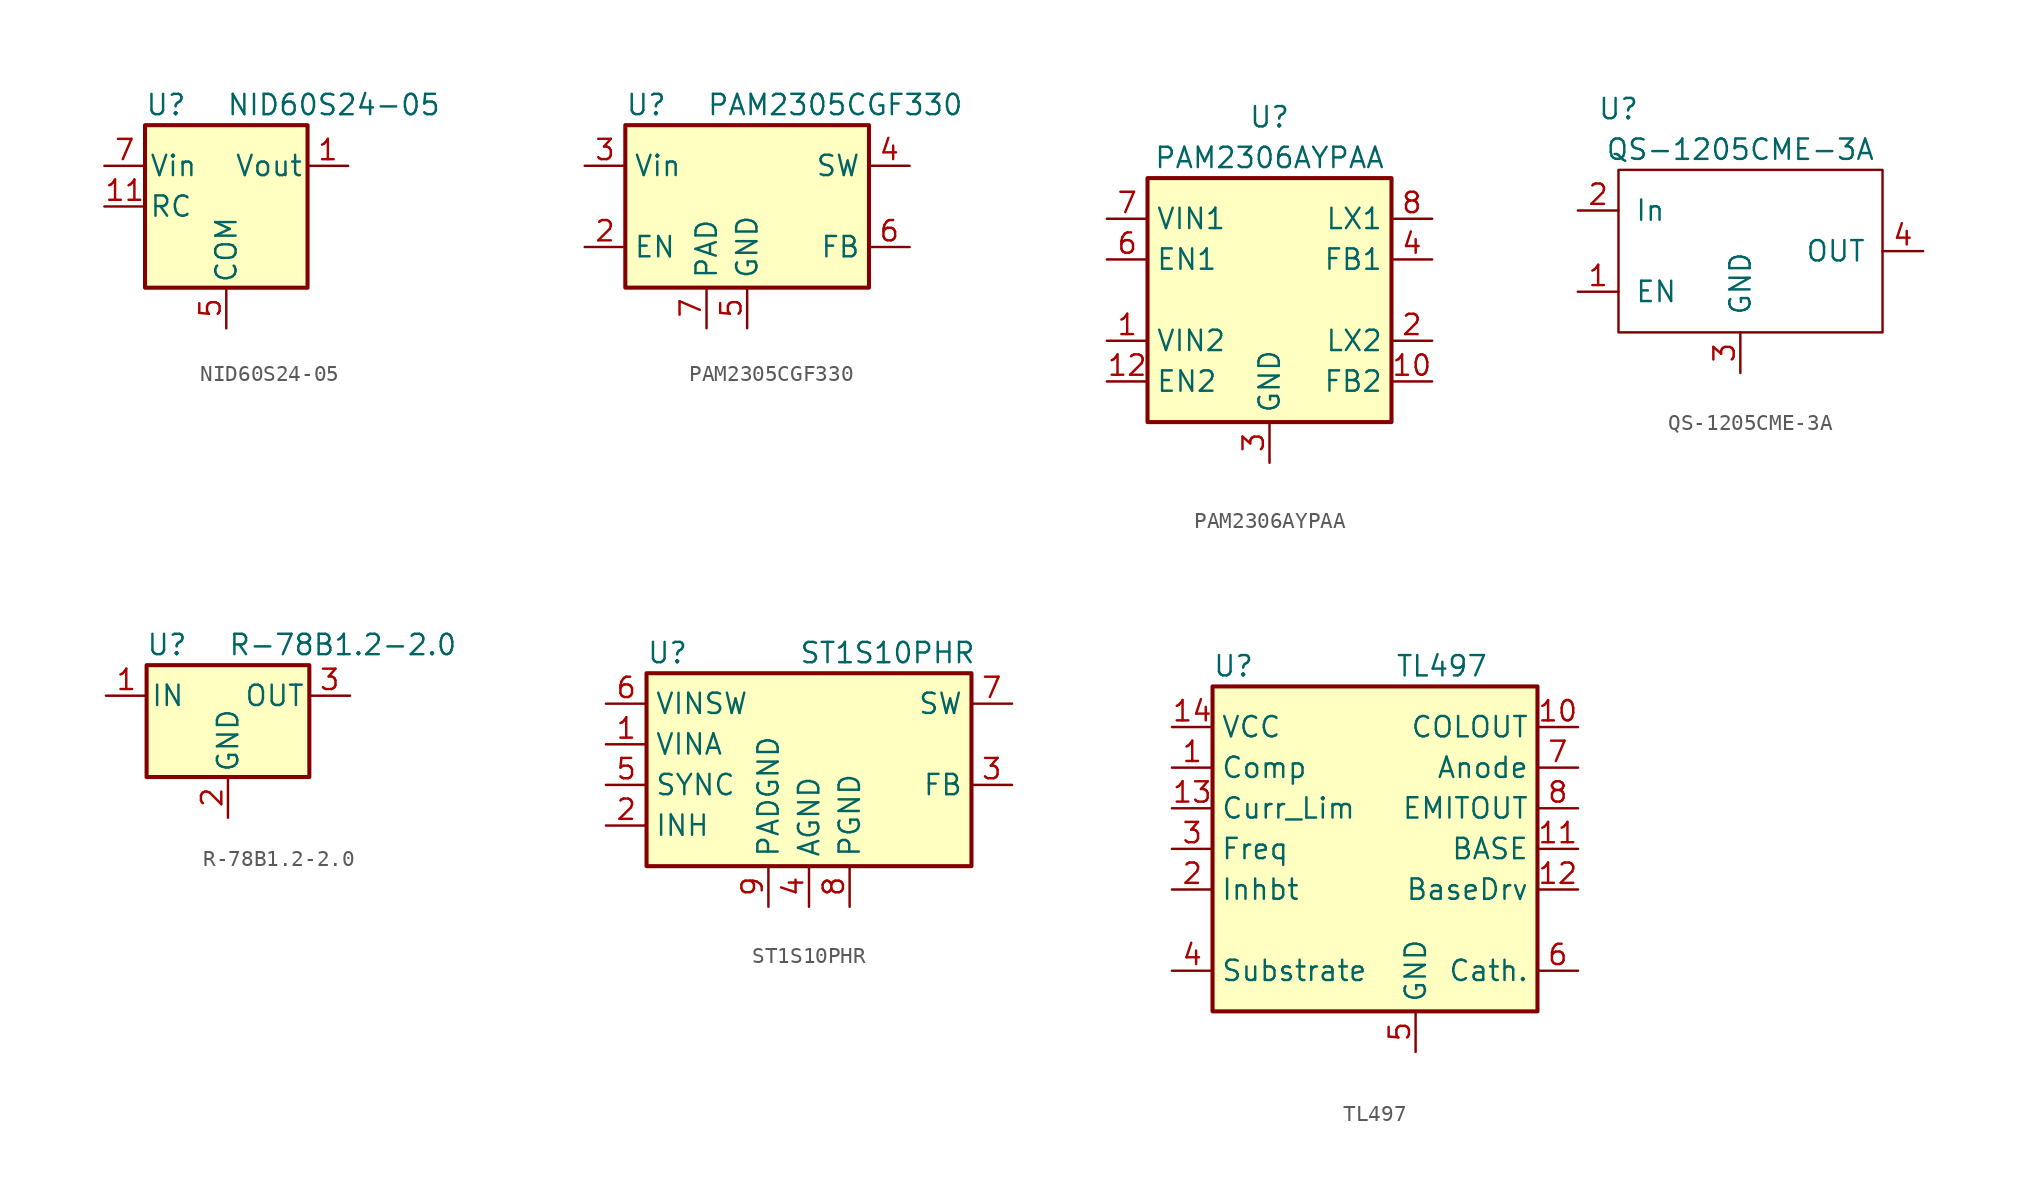
<source format=kicad_sym>
(kicad_symbol_lib
  (version 20201005)
  (generator kicad_symbol_editor)
  (symbol "NID60S24-05"
    (pin_names
      (offset 0.254))
    (property "Reference" "U"
      (at -5.08 6.35 0)
      (effects (font (size 1.27 1.27)) (justify left)))
    (property "Value" "NID60S24-05"
      (at 0 6.35 0)
      (effects (font (size 1.27 1.27)) (justify left)))
    (symbol "NID60S24-05_0_1"
      (rectangle (start -5.08 5.08) (end 5.08 -5.08) (stroke (width 0.254)) (fill (type background))))
    (symbol "NID60S24-05_1_1"
      (pin power_out line (at 7.62 2.54 180) (length 2.54) (name "Vout" (effects (font (size 1.27 1.27)))) (number "1" (effects (font (size 1.27 1.27)))))
      (pin no_connect line (at 5.08 -2.54 180) (length 2.54) hide (name "NC" (effects (font (size 1.27 1.27)))) (number "10" (effects (font (size 1.27 1.27)))))
      (pin input line (at -7.62 0 0) (length 2.54) (name "RC" (effects (font (size 1.27 1.27)))) (number "11" (effects (font (size 1.27 1.27)))))
      (pin passive line (at 7.62 2.54 180) (length 2.54) hide (name "Vout" (effects (font (size 1.27 1.27)))) (number "2" (effects (font (size 1.27 1.27)))))
      (pin passive line (at 7.62 2.54 180) (length 2.54) hide (name "Vout" (effects (font (size 1.27 1.27)))) (number "3" (effects (font (size 1.27 1.27)))))
      (pin passive line (at 7.62 2.54 180) (length 2.54) hide (name "Vout" (effects (font (size 1.27 1.27)))) (number "4" (effects (font (size 1.27 1.27)))))
      (pin power_in line (at 0 -7.62 90) (length 2.54) (name "COM" (effects (font (size 1.27 1.27)))) (number "5" (effects (font (size 1.27 1.27)))))
      (pin passive line (at 0 -7.62 90) (length 2.54) hide (name "COM" (effects (font (size 1.27 1.27)))) (number "6" (effects (font (size 1.27 1.27)))))
      (pin power_in line (at -7.62 2.54 0) (length 2.54) (name "Vin" (effects (font (size 1.27 1.27)))) (number "7" (effects (font (size 1.27 1.27)))))
      (pin passive line (at -7.62 2.54 0) (length 2.54) hide (name "Vin" (effects (font (size 1.27 1.27)))) (number "8" (effects (font (size 1.27 1.27)))))
      (pin no_connect line (at 5.08 0 180) (length 2.54) hide (name "NC" (effects (font (size 1.27 1.27)))) (number "9" (effects (font (size 1.27 1.27)))))))
  (symbol "PAM2305CGF330"
    (property "Reference" "U"
      (at -7.62 6.35 0)
      (effects (font (size 1.27 1.27)) (justify left)))
    (property "Value" "PAM2305CGF330"
      (at -2.54 6.35 0)
      (effects (font (size 1.27 1.27)) (justify left)))
    (symbol "PAM2305CGF330_0_1"
      (rectangle (start -7.62 5.08) (end 7.62 -5.08) (stroke (width 0.254)) (fill (type background))))
    (symbol "PAM2305CGF330_1_1"
      (pin no_connect line (at -7.62 0 0) (length 2.54) hide (name "NC" (effects (font (size 1.27 1.27)))) (number "1" (effects (font (size 1.27 1.27)))))
      (pin input line (at -10.16 -2.54 0) (length 2.54) (name "EN" (effects (font (size 1.27 1.27)))) (number "2" (effects (font (size 1.27 1.27)))))
      (pin power_in line (at -10.16 2.54 0) (length 2.54) (name "Vin" (effects (font (size 1.27 1.27)))) (number "3" (effects (font (size 1.27 1.27)))))
      (pin output line (at 10.16 2.54 180) (length 2.54) (name "SW" (effects (font (size 1.27 1.27)))) (number "4" (effects (font (size 1.27 1.27)))))
      (pin power_in line (at 0 -7.62 90) (length 2.54) (name "GND" (effects (font (size 1.27 1.27)))) (number "5" (effects (font (size 1.27 1.27)))))
      (pin input line (at 10.16 -2.54 180) (length 2.54) (name "FB" (effects (font (size 1.27 1.27)))) (number "6" (effects (font (size 1.27 1.27)))))
      (pin passive line (at -2.54 -7.62 90) (length 2.54) (name "PAD" (effects (font (size 1.27 1.27)))) (number "7" (effects (font (size 1.27 1.27)))))))
  (symbol "PAM2306AYPAA"
    (property "Reference" "U"
      (at 0 11.43 0)
      (effects (font (size 1.27 1.27))))
    (property "Value" "PAM2306AYPAA"
      (at 0 8.89 0)
      (effects (font (size 1.27 1.27))))
    (symbol "PAM2306AYPAA_0_1"
      (rectangle (start 7.62 7.62) (end -7.62 -7.62) (stroke (width 0.254)) (fill (type background))))
    (symbol "PAM2306AYPAA_1_1"
      (pin power_in line (at -10.16 -2.54 0) (length 2.54) (name "VIN2" (effects (font (size 1.27 1.27)))) (number "1" (effects (font (size 1.27 1.27)))))
      (pin input line (at 10.16 -5.08 180) (length 2.54) (name "FB2" (effects (font (size 1.27 1.27)))) (number "10" (effects (font (size 1.27 1.27)))))
      (pin no_connect line (at 7.62 0 180) (length 2.54) hide (name "NC2" (effects (font (size 1.27 1.27)))) (number "11" (effects (font (size 1.27 1.27)))))
      (pin input line (at -10.16 -5.08 0) (length 2.54) (name "EN2" (effects (font (size 1.27 1.27)))) (number "12" (effects (font (size 1.27 1.27)))))
      (pin passive line (at 0 -10.16 90) (length 2.54) hide (name "GND" (effects (font (size 1.27 1.27)))) (number "13" (effects (font (size 1.27 1.27)))))
      (pin output line (at 10.16 -2.54 180) (length 2.54) (name "LX2" (effects (font (size 1.27 1.27)))) (number "2" (effects (font (size 1.27 1.27)))))
      (pin power_in line (at 0 -10.16 90) (length 2.54) (name "GND" (effects (font (size 1.27 1.27)))) (number "3" (effects (font (size 1.27 1.27)))))
      (pin input line (at 10.16 2.54 180) (length 2.54) (name "FB1" (effects (font (size 1.27 1.27)))) (number "4" (effects (font (size 1.27 1.27)))))
      (pin no_connect line (at -7.62 0 0) (length 2.54) hide (name "NC1" (effects (font (size 1.27 1.27)))) (number "5" (effects (font (size 1.27 1.27)))))
      (pin input line (at -10.16 2.54 0) (length 2.54) (name "EN1" (effects (font (size 1.27 1.27)))) (number "6" (effects (font (size 1.27 1.27)))))
      (pin power_in line (at -10.16 5.08 0) (length 2.54) (name "VIN1" (effects (font (size 1.27 1.27)))) (number "7" (effects (font (size 1.27 1.27)))))
      (pin output line (at 10.16 5.08 180) (length 2.54) (name "LX1" (effects (font (size 1.27 1.27)))) (number "8" (effects (font (size 1.27 1.27)))))
      (pin passive line (at 0 -10.16 90) (length 2.54) hide (name "GND" (effects (font (size 1.27 1.27)))) (number "9" (effects (font (size 1.27 1.27)))))))
  (symbol "QS-1205CME-3A"
    (pin_names
      (offset 1.016))
    (property "Reference" "U"
      (at -7.62 8.89 0)
      (effects (font (size 1.27 1.27))))
    (property "Value" "QS-1205CME-3A"
      (at 0 6.35 0)
      (effects (font (size 1.27 1.27))))
    (symbol "QS-1205CME-3A_0_1"
      (rectangle (start -7.62 5.08) (end 8.89 -5.08) (stroke (width 0)) (fill (type none))))
    (symbol "QS-1205CME-3A_1_1"
      (pin input line (at -10.16 -2.54 0) (length 2.54) (name "EN" (effects (font (size 1.27 1.27)))) (number "1" (effects (font (size 1.27 1.27)))))
      (pin input line (at -10.16 2.54 0) (length 2.54) (name "In" (effects (font (size 1.27 1.27)))) (number "2" (effects (font (size 1.27 1.27)))))
      (pin input line (at 0 -7.62 90) (length 2.54) (name "GND" (effects (font (size 1.27 1.27)))) (number "3" (effects (font (size 1.27 1.27)))))
      (pin input line (at 11.43 0 180) (length 2.54) (name "OUT" (effects (font (size 1.27 1.27)))) (number "4" (effects (font (size 1.27 1.27)))))))
  (symbol "R-78B1.2-2.0"
    (pin_names
      (offset 0.254))
    (property "Reference" "U"
      (at -3.81 3.175 0)
      (effects (font (size 1.27 1.27))))
    (property "Value" "R-78B1.2-2.0"
      (at 0 3.175 0)
      (effects (font (size 1.27 1.27)) (justify left)))
    (symbol "R-78B1.2-2.0_0_1"
      (rectangle (start -5.08 1.905) (end 5.08 -5.08) (stroke (width 0.254)) (fill (type background))))
    (symbol "R-78B1.2-2.0_1_1"
      (pin power_in line (at -7.62 0 0) (length 2.54) (name "IN" (effects (font (size 1.27 1.27)))) (number "1" (effects (font (size 1.27 1.27)))))
      (pin power_in line (at 0 -7.62 90) (length 2.54) (name "GND" (effects (font (size 1.27 1.27)))) (number "2" (effects (font (size 1.27 1.27)))))
      (pin power_out line (at 7.62 0 180) (length 2.54) (name "OUT" (effects (font (size 1.27 1.27)))) (number "3" (effects (font (size 1.27 1.27)))))))
  (symbol "ST1S10PHR"
    (property "Reference" "U"
      (at -10.16 5.715 0)
      (effects (font (size 1.27 1.27)) (justify left)))
    (property "Value" "ST1S10PHR"
      (at -0.635 5.715 0)
      (effects (font (size 1.27 1.27)) (justify left)))
    (symbol "ST1S10PHR_0_1"
      (rectangle (start 10.16 4.445) (end -10.16 -7.62) (stroke (width 0.254)) (fill (type background))))
    (symbol "ST1S10PHR_1_1"
      (pin power_in line (at -12.7 0 0) (length 2.54) (name "VINA" (effects (font (size 1.27 1.27)))) (number "1" (effects (font (size 1.27 1.27)))))
      (pin input line (at -12.7 -5.08 0) (length 2.54) (name "INH" (effects (font (size 1.27 1.27)))) (number "2" (effects (font (size 1.27 1.27)))))
      (pin input line (at 12.7 -2.54 180) (length 2.54) (name "FB" (effects (font (size 1.27 1.27)))) (number "3" (effects (font (size 1.27 1.27)))))
      (pin power_in line (at 0 -10.16 90) (length 2.54) (name "AGND" (effects (font (size 1.27 1.27)))) (number "4" (effects (font (size 1.27 1.27)))))
      (pin input line (at -12.7 -2.54 0) (length 2.54) (name "SYNC" (effects (font (size 1.27 1.27)))) (number "5" (effects (font (size 1.27 1.27)))))
      (pin input line (at -12.7 2.54 0) (length 2.54) (name "VINSW" (effects (font (size 1.27 1.27)))) (number "6" (effects (font (size 1.27 1.27)))))
      (pin output line (at 12.7 2.54 180) (length 2.54) (name "SW" (effects (font (size 1.27 1.27)))) (number "7" (effects (font (size 1.27 1.27)))))
      (pin power_in line (at 2.54 -10.16 90) (length 2.54) (name "PGND" (effects (font (size 1.27 1.27)))) (number "8" (effects (font (size 1.27 1.27)))))
      (pin power_in line (at -2.54 -10.16 90) (length 2.54) (name "PADGND" (effects (font (size 1.27 1.27)))) (number "9" (effects (font (size 1.27 1.27)))))))
  (symbol "TL497"
    (property "Reference" "U"
      (at -10.16 11.43 0)
      (effects (font (size 1.27 1.27)) (justify left)))
    (property "Value" "TL497"
      (at 1.27 11.43 0)
      (effects (font (size 1.27 1.27)) (justify left)))
    (symbol "TL497_0_1"
      (rectangle (start -10.16 10.16) (end 10.16 -10.16) (stroke (width 0.254)) (fill (type background))))
    (symbol "TL497_1_1"
      (pin input line (at -12.7 5.08 0) (length 2.54) (name "Comp" (effects (font (size 1.27 1.27)))) (number "1" (effects (font (size 1.27 1.27)))))
      (pin open_collector line (at 12.7 7.62 180) (length 2.54) (name "COLOUT" (effects (font (size 1.27 1.27)))) (number "10" (effects (font (size 1.27 1.27)))))
      (pin passive line (at 12.7 0 180) (length 2.54) (name "BASE" (effects (font (size 1.27 1.27)))) (number "11" (effects (font (size 1.27 1.27)))))
      (pin passive line (at 12.7 -2.54 180) (length 2.54) (name "BaseDrv" (effects (font (size 1.27 1.27)))) (number "12" (effects (font (size 1.27 1.27)))))
      (pin input line (at -12.7 2.54 0) (length 2.54) (name "Curr_Lim" (effects (font (size 1.27 1.27)))) (number "13" (effects (font (size 1.27 1.27)))))
      (pin power_in line (at -12.7 7.62 0) (length 2.54) (name "VCC" (effects (font (size 1.27 1.27)))) (number "14" (effects (font (size 1.27 1.27)))))
      (pin input line (at -12.7 -2.54 0) (length 2.54) (name "Inhbt" (effects (font (size 1.27 1.27)))) (number "2" (effects (font (size 1.27 1.27)))))
      (pin input line (at -12.7 0 0) (length 2.54) (name "Freq" (effects (font (size 1.27 1.27)))) (number "3" (effects (font (size 1.27 1.27)))))
      (pin input line (at -12.7 -7.62 0) (length 2.54) (name "Substrate" (effects (font (size 1.27 1.27)))) (number "4" (effects (font (size 1.27 1.27)))))
      (pin power_in line (at 2.54 -12.7 90) (length 2.54) (name "GND" (effects (font (size 1.27 1.27)))) (number "5" (effects (font (size 1.27 1.27)))))
      (pin passive line (at 12.7 -7.62 180) (length 2.54) (name "Cath." (effects (font (size 1.27 1.27)))) (number "6" (effects (font (size 1.27 1.27)))))
      (pin passive line (at 12.7 5.08 180) (length 2.54) (name "Anode" (effects (font (size 1.27 1.27)))) (number "7" (effects (font (size 1.27 1.27)))))
      (pin open_emitter line (at 12.7 2.54 180) (length 2.54) (name "EMITOUT" (effects (font (size 1.27 1.27)))) (number "8" (effects (font (size 1.27 1.27)))))
      (pin no_connect line (at -10.16 -5.08 0) (length 2.54) hide (name "NC" (effects (font (size 1.27 1.27)))) (number "9" (effects (font (size 1.27 1.27))))))))
</source>
